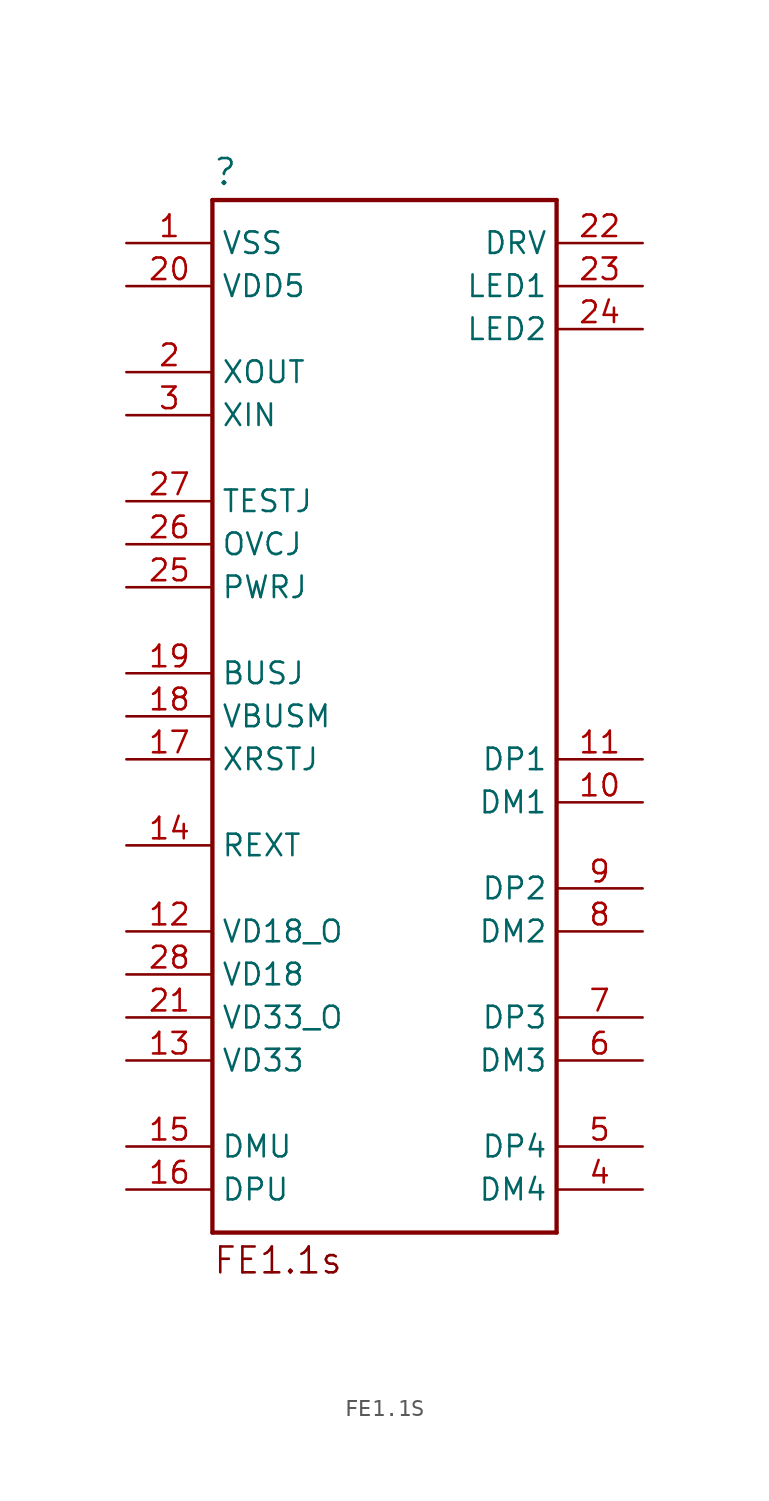
<source format=kicad_sym>
(kicad_symbol_lib
  (version 20211014)
  (generator kicad_symbol_editor)
  (symbol "FE1.1S"
    (property "Reference" ""
      (at -10.16 31.242 0)
      (effects (font (size 1.524 1.524)) (justify left bottom)))
    (property "ki_locked" ""
      (at 0 0 0)
      (effects (font (size 1.27 1.27))))
    (symbol "FE1.1S_1_0"
      (polyline (pts (xy -10.16 -30.48) (xy -10.16 30.48)) (stroke (width 0.254) (type default) (color 0 0 0 0)) (fill (type none)))
      (polyline (pts (xy -10.16 30.48) (xy 10.16 30.48)) (stroke (width 0.254) (type default) (color 0 0 0 0)) (fill (type none)))
      (polyline (pts (xy 10.16 -30.48) (xy -10.16 -30.48)) (stroke (width 0.254) (type default) (color 0 0 0 0)) (fill (type none)))
      (polyline (pts (xy 10.16 30.48) (xy 10.16 -30.48)) (stroke (width 0.254) (type default) (color 0 0 0 0)) (fill (type none)))
      (text "FE1.1s" (at -10.16 -33.02 0) (effects (font (size 1.524 1.524)) (justify left bottom)))
      (pin bidirectional line (at -15.24 27.94 0) (length 5.08) (name "VSS" (effects (font (size 1.27 1.27)))) (number "1" (effects (font (size 1.27 1.27)))))
      (pin bidirectional line (at 15.24 -5.08 180) (length 5.08) (name "DM1" (effects (font (size 1.27 1.27)))) (number "10" (effects (font (size 1.27 1.27)))))
      (pin bidirectional line (at 15.24 -2.54 180) (length 5.08) (name "DP1" (effects (font (size 1.27 1.27)))) (number "11" (effects (font (size 1.27 1.27)))))
      (pin bidirectional line (at -15.24 -12.7 0) (length 5.08) (name "VD18_O" (effects (font (size 1.27 1.27)))) (number "12" (effects (font (size 1.27 1.27)))))
      (pin bidirectional line (at -15.24 -20.32 0) (length 5.08) (name "VD33" (effects (font (size 1.27 1.27)))) (number "13" (effects (font (size 1.27 1.27)))))
      (pin bidirectional line (at -15.24 -7.62 0) (length 5.08) (name "REXT" (effects (font (size 1.27 1.27)))) (number "14" (effects (font (size 1.27 1.27)))))
      (pin bidirectional line (at -15.24 -25.4 0) (length 5.08) (name "DMU" (effects (font (size 1.27 1.27)))) (number "15" (effects (font (size 1.27 1.27)))))
      (pin bidirectional line (at -15.24 -27.94 0) (length 5.08) (name "DPU" (effects (font (size 1.27 1.27)))) (number "16" (effects (font (size 1.27 1.27)))))
      (pin bidirectional line (at -15.24 -2.54 0) (length 5.08) (name "XRSTJ" (effects (font (size 1.27 1.27)))) (number "17" (effects (font (size 1.27 1.27)))))
      (pin bidirectional line (at -15.24 0 0) (length 5.08) (name "VBUSM" (effects (font (size 1.27 1.27)))) (number "18" (effects (font (size 1.27 1.27)))))
      (pin bidirectional line (at -15.24 2.54 0) (length 5.08) (name "BUSJ" (effects (font (size 1.27 1.27)))) (number "19" (effects (font (size 1.27 1.27)))))
      (pin bidirectional line (at -15.24 20.32 0) (length 5.08) (name "XOUT" (effects (font (size 1.27 1.27)))) (number "2" (effects (font (size 1.27 1.27)))))
      (pin bidirectional line (at -15.24 25.4 0) (length 5.08) (name "VDD5" (effects (font (size 1.27 1.27)))) (number "20" (effects (font (size 1.27 1.27)))))
      (pin bidirectional line (at -15.24 -17.78 0) (length 5.08) (name "VD33_O" (effects (font (size 1.27 1.27)))) (number "21" (effects (font (size 1.27 1.27)))))
      (pin bidirectional line (at 15.24 27.94 180) (length 5.08) (name "DRV" (effects (font (size 1.27 1.27)))) (number "22" (effects (font (size 1.27 1.27)))))
      (pin bidirectional line (at 15.24 25.4 180) (length 5.08) (name "LED1" (effects (font (size 1.27 1.27)))) (number "23" (effects (font (size 1.27 1.27)))))
      (pin bidirectional line (at 15.24 22.86 180) (length 5.08) (name "LED2" (effects (font (size 1.27 1.27)))) (number "24" (effects (font (size 1.27 1.27)))))
      (pin bidirectional line (at -15.24 7.62 0) (length 5.08) (name "PWRJ" (effects (font (size 1.27 1.27)))) (number "25" (effects (font (size 1.27 1.27)))))
      (pin bidirectional line (at -15.24 10.16 0) (length 5.08) (name "OVCJ" (effects (font (size 1.27 1.27)))) (number "26" (effects (font (size 1.27 1.27)))))
      (pin bidirectional line (at -15.24 12.7 0) (length 5.08) (name "TESTJ" (effects (font (size 1.27 1.27)))) (number "27" (effects (font (size 1.27 1.27)))))
      (pin bidirectional line (at -15.24 -15.24 0) (length 5.08) (name "VD18" (effects (font (size 1.27 1.27)))) (number "28" (effects (font (size 1.27 1.27)))))
      (pin bidirectional line (at -15.24 17.78 0) (length 5.08) (name "XIN" (effects (font (size 1.27 1.27)))) (number "3" (effects (font (size 1.27 1.27)))))
      (pin bidirectional line (at 15.24 -27.94 180) (length 5.08) (name "DM4" (effects (font (size 1.27 1.27)))) (number "4" (effects (font (size 1.27 1.27)))))
      (pin bidirectional line (at 15.24 -25.4 180) (length 5.08) (name "DP4" (effects (font (size 1.27 1.27)))) (number "5" (effects (font (size 1.27 1.27)))))
      (pin bidirectional line (at 15.24 -20.32 180) (length 5.08) (name "DM3" (effects (font (size 1.27 1.27)))) (number "6" (effects (font (size 1.27 1.27)))))
      (pin bidirectional line (at 15.24 -17.78 180) (length 5.08) (name "DP3" (effects (font (size 1.27 1.27)))) (number "7" (effects (font (size 1.27 1.27)))))
      (pin bidirectional line (at 15.24 -12.7 180) (length 5.08) (name "DM2" (effects (font (size 1.27 1.27)))) (number "8" (effects (font (size 1.27 1.27)))))
      (pin bidirectional line (at 15.24 -10.16 180) (length 5.08) (name "DP2" (effects (font (size 1.27 1.27)))) (number "9" (effects (font (size 1.27 1.27))))))))
</source>
